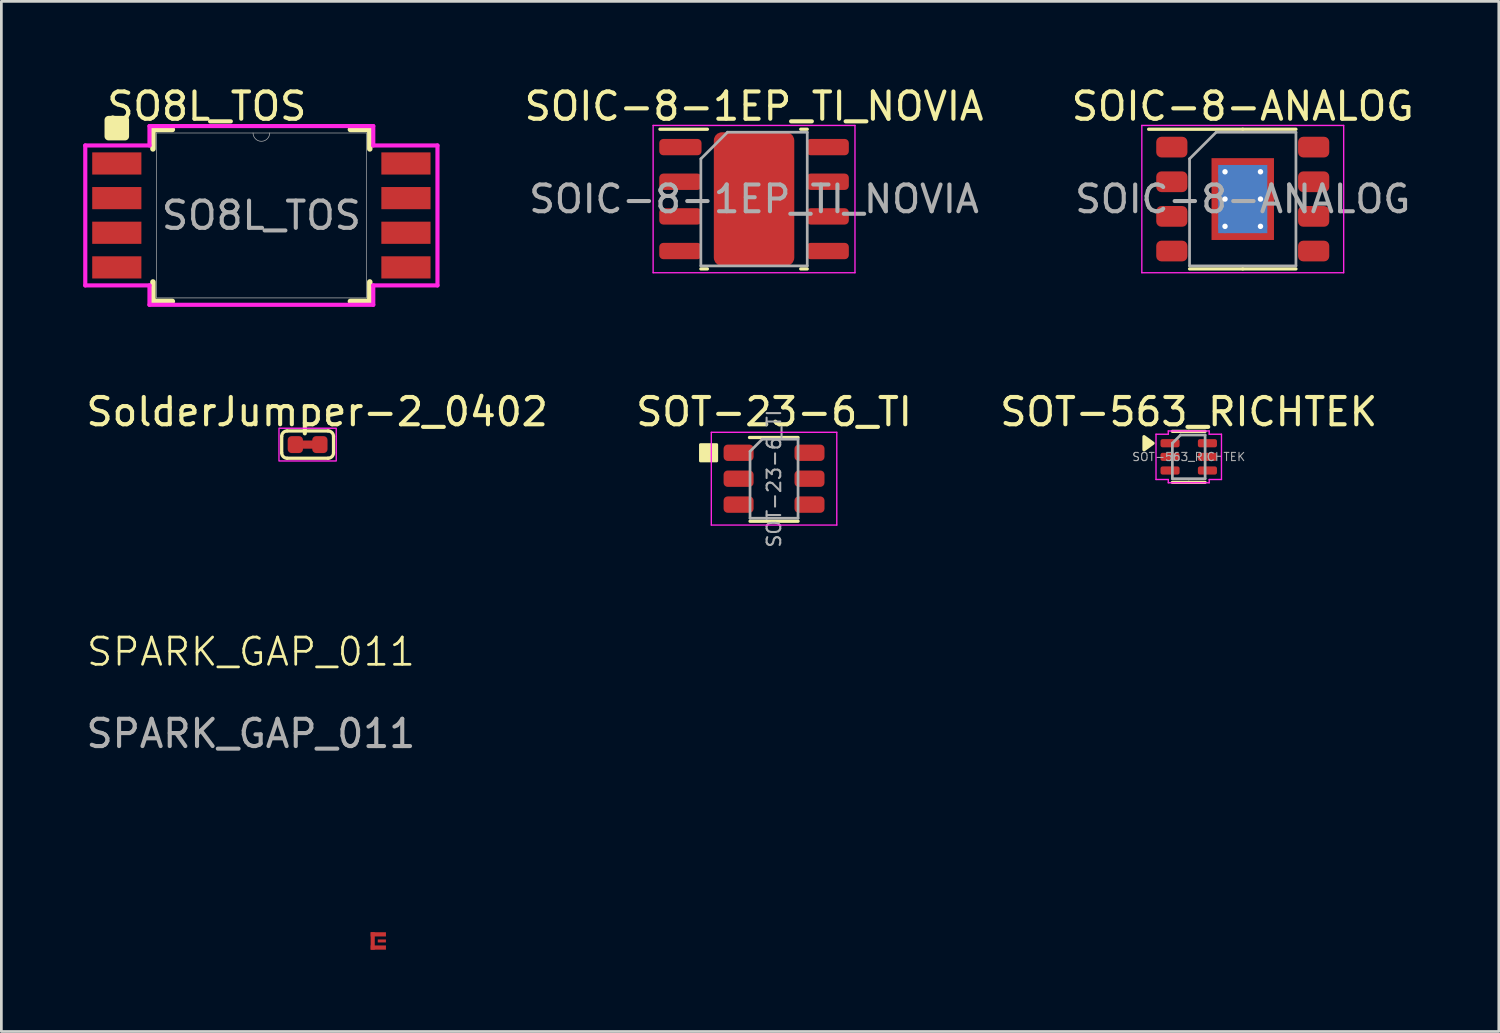
<source format=kicad_pcb>
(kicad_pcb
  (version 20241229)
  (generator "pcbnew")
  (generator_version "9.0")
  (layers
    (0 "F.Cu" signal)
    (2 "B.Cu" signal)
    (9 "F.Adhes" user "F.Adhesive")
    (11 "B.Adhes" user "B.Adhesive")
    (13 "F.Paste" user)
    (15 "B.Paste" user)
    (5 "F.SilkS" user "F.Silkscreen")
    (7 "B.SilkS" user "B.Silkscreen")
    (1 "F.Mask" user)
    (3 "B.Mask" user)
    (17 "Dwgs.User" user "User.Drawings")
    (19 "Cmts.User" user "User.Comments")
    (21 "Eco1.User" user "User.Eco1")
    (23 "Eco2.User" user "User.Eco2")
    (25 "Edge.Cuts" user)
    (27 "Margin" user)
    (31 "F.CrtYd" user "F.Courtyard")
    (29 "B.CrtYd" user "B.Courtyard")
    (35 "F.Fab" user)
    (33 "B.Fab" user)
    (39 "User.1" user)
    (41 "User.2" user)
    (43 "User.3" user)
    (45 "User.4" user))
  (footprint "SOT-23-6_TI"
    (layer "F.Cu")
    (at 25.327 14.499)
    (property "Reference" "SOT-23-6_TI" (at 0 -2.45 0) (layer "F.SilkS") (effects (font (size 1 1) (thickness 0.15))))
    (attr smd)
    (fp_line (start -0.88 1.56) (end 0.88 1.56) (stroke (width 0.12) (type solid)) (layer "F.SilkS"))
    (fp_line (start 0.88 -1.51) (end -0.9 -1.51) (stroke (width 0.12) (type solid)) (layer "F.SilkS"))
    (fp_rect (start -2.7 -1.25) (end -2.1 -0.65) (stroke (width 0.1) (type solid)) (fill yes) (layer "F.SilkS"))
    (fp_line (start -2.3 -1.7) (end -2.3 1.7) (stroke (width 0.05) (type solid)) (layer "F.CrtYd"))
    (fp_line (start -2.3 -1.7) (end 2.3 -1.7) (stroke (width 0.05) (type solid)) (layer "F.CrtYd"))
    (fp_line (start 2.3 1.7) (end -2.3 1.7) (stroke (width 0.05) (type solid)) (layer "F.CrtYd"))
    (fp_line (start 2.3 1.7) (end 2.3 -1.7) (stroke (width 0.05) (type solid)) (layer "F.CrtYd"))
    (fp_line (start -0.88 -1) (end -0.88 1.45) (stroke (width 0.1) (type solid)) (layer "F.Fab"))
    (fp_line (start -0.88 -1) (end -0.43 -1.45) (stroke (width 0.1) (type solid)) (layer "F.Fab"))
    (fp_line (start 0.88 -1.45) (end -0.43 -1.45) (stroke (width 0.1) (type solid)) (layer "F.Fab"))
    (fp_line (start 0.88 -1.45) (end 0.88 1.45) (stroke (width 0.1) (type solid)) (layer "F.Fab"))
    (fp_line (start 0.88 1.45) (end -0.88 1.45) (stroke (width 0.1) (type solid)) (layer "F.Fab"))
    (fp_text user "${REFERENCE}" (at 0 0 90) (layer "F.Fab") (effects (font (size 0.5 0.5) (thickness 0.075))))
    (pad "1" smd roundrect (at -1.3 -0.95) (size 1.1 0.6) (layers "F.Cu" "F.Mask" "F.Paste") (roundrect_rratio 0.25))
    (pad "2" smd roundrect (at -1.3 0) (size 1.1 0.6) (layers "F.Cu" "F.Mask" "F.Paste") (roundrect_rratio 0.25))
    (pad "3" smd roundrect (at -1.3 0.95) (size 1.1 0.6) (layers "F.Cu" "F.Mask" "F.Paste") (roundrect_rratio 0.25))
    (pad "4" smd roundrect (at 1.3 0.95) (size 1.1 0.6) (layers "F.Cu" "F.Mask" "F.Paste") (roundrect_rratio 0.25))
    (pad "5" smd roundrect (at 1.3 0) (size 1.1 0.6) (layers "F.Cu" "F.Mask" "F.Paste") (roundrect_rratio 0.25))
    (pad "6" smd roundrect (at 1.3 -0.95) (size 1.1 0.6) (layers "F.Cu" "F.Mask" "F.Paste") (roundrect_rratio 0.25)))
  (footprint "SOIC-8-ANALOG"
    (layer "F.Cu")
    (at 42.51 4.248)
    (property "Reference" "SOIC-8-ANALOG" (at 0 -3.4 0) (layer "F.SilkS") (effects (font (size 1 1) (thickness 0.15))))
    (attr smd)
    (fp_line (start 0 -2.56) (end -3.45 -2.56) (stroke (width 0.12) (type solid)) (layer "F.SilkS"))
    (fp_line (start 0 -2.56) (end 1.95 -2.56) (stroke (width 0.12) (type solid)) (layer "F.SilkS"))
    (fp_line (start 0 2.56) (end -1.95 2.56) (stroke (width 0.12) (type solid)) (layer "F.SilkS"))
    (fp_line (start 0 2.56) (end 1.95 2.56) (stroke (width 0.12) (type solid)) (layer "F.SilkS"))
    (fp_line (start -3.7 -2.7) (end -3.7 2.7) (stroke (width 0.05) (type solid)) (layer "F.CrtYd"))
    (fp_line (start -3.7 2.7) (end 3.7 2.7) (stroke (width 0.05) (type solid)) (layer "F.CrtYd"))
    (fp_line (start 3.7 -2.7) (end -3.7 -2.7) (stroke (width 0.05) (type solid)) (layer "F.CrtYd"))
    (fp_line (start 3.7 2.7) (end 3.7 -2.7) (stroke (width 0.05) (type solid)) (layer "F.CrtYd"))
    (fp_line (start -1.95 -1.475) (end -0.975 -2.45) (stroke (width 0.1) (type solid)) (layer "F.Fab"))
    (fp_line (start -1.95 2.45) (end -1.95 -1.475) (stroke (width 0.1) (type solid)) (layer "F.Fab"))
    (fp_line (start -0.975 -2.45) (end 1.95 -2.45) (stroke (width 0.1) (type solid)) (layer "F.Fab"))
    (fp_line (start 1.95 -2.45) (end 1.95 2.45) (stroke (width 0.1) (type solid)) (layer "F.Fab"))
    (fp_line (start 1.95 2.45) (end -1.95 2.45) (stroke (width 0.1) (type solid)) (layer "F.Fab"))
    (fp_text user "${REFERENCE}" (at 0 0 0) (layer "F.Fab") (effects (font (size 0.98 0.98) (thickness 0.15))))
    (pad "" smd roundrect (at -0.57 -0.75) (size 0.96 1.25) (layers "F.Paste") (roundrect_rratio 0.25))
    (pad "" smd roundrect (at -0.57 0.75) (size 0.96 1.25) (layers "F.Paste") (roundrect_rratio 0.25))
    (pad "" smd roundrect (at 0.57 -0.75) (size 0.96 1.25) (layers "F.Paste") (roundrect_rratio 0.25))
    (pad "" smd roundrect (at 0.57 0.75) (size 0.96 1.25) (layers "F.Paste") (roundrect_rratio 0.25))
    (pad "1" smd roundrect (at -2.6 -1.905) (size 1.143 0.76) (layers "F.Cu" "F.Mask" "F.Paste") (roundrect_rratio 0.25))
    (pad "2" smd roundrect (at -2.6 -0.635) (size 1.143 0.76) (layers "F.Cu" "F.Mask" "F.Paste") (roundrect_rratio 0.25))
    (pad "3" smd roundrect (at -2.6 0.635) (size 1.143 0.76) (layers "F.Cu" "F.Mask" "F.Paste") (roundrect_rratio 0.25))
    (pad "4" smd roundrect (at -2.6 1.905) (size 1.143 0.76) (layers "F.Cu" "F.Mask" "F.Paste") (roundrect_rratio 0.25))
    (pad "5" smd roundrect (at 2.6 1.905) (size 1.143 0.76) (layers "F.Cu" "F.Mask" "F.Paste") (roundrect_rratio 0.25))
    (pad "6" smd roundrect (at 2.6 0.635) (size 1.143 0.76) (layers "F.Cu" "F.Mask" "F.Paste") (roundrect_rratio 0.25))
    (pad "7" smd roundrect (at 2.6 -0.635) (size 1.143 0.76) (layers "F.Cu" "F.Mask" "F.Paste") (roundrect_rratio 0.25))
    (pad "8" smd roundrect (at 2.6 -1.905) (size 1.143 0.76) (layers "F.Cu" "F.Mask" "F.Paste") (roundrect_rratio 0.25))
    (pad "9" thru_hole circle (at -0.65 -1) (size 0.5 0.5) (drill 0.2) (layers "*.Cu"))
    (pad "9" thru_hole circle (at -0.65 0) (size 0.5 0.5) (drill 0.2) (layers "*.Cu"))
    (pad "9" thru_hole circle (at -0.65 1) (size 0.5 0.5) (drill 0.2) (layers "*.Cu"))
    (pad "9" smd rect (at 0 0) (size 1.8 2.5) (layers "B.Cu"))
    (pad "9" smd rect (at 0 0) (size 2.29 3) (layers "F.Cu" "F.Mask"))
    (pad "9" thru_hole circle (at 0.65 -1) (size 0.5 0.5) (drill 0.2) (layers "*.Cu"))
    (pad "9" thru_hole circle (at 0.65 0) (size 0.5 0.5) (drill 0.2) (layers "*.Cu"))
    (pad "9" thru_hole circle (at 0.65 1) (size 0.5 0.5) (drill 0.2) (layers "*.Cu")))
  (footprint "SPARK_GAP_011"
    (layer "F.Cu")
    (at 10.949 31.446)
    (property "Reference" "SPARK_GAP_011" (at -4.8 -10.6 0) (unlocked yes) (layer "F.SilkS") (effects (font (size 1 1) (thickness 0.1))))
    (attr smd)
    (fp_rect (start -0.41 -0.32) (end 0.15 0.32) (stroke (width 0) (type solid)) (fill yes) (layer "F.Mask"))
    (fp_text user "${REFERENCE}" (at -4.8 -7.6 0) (unlocked yes) (layer "F.Fab") (effects (font (size 1 1) (thickness 0.15))))
    (pad "1" smd rect (at 0 0) (size 0.3 0.11) (layers "F.Cu"))
    (pad "2" smd rect (at -0.335 0 90) (size 0.64 0.15) (layers "F.Cu"))
    (pad "2" smd rect (at -0.13 -0.242 180) (size 0.56 0.155) (layers "F.Cu"))
    (pad "2" smd rect (at -0.13 0.242) (size 0.56 0.155) (layers "F.Cu")))
  (footprint "SOIC-8-1EP_TI_NOVIA"
    (layer "F.Cu")
    (at 24.594 4.248)
    (property "Reference" "SOIC-8-1EP_TI_NOVIA" (at 0 -3.4 0) (layer "F.SilkS") (effects (font (size 1 1) (thickness 0.15))))
    (attr smd)
    (fp_line (start -1.711 -2.56) (end -3.45 -2.56) (stroke (width 0.12) (type solid)) (layer "F.SilkS"))
    (fp_line (start -1.711 2.56) (end -1.95 2.56) (stroke (width 0.12) (type solid)) (layer "F.SilkS"))
    (fp_line (start 1.711 -2.56) (end 1.95 -2.56) (stroke (width 0.12) (type solid)) (layer "F.SilkS"))
    (fp_line (start 1.711 2.56) (end 1.95 2.56) (stroke (width 0.12) (type solid)) (layer "F.SilkS"))
    (fp_line (start -3.7 -2.7) (end -3.7 2.7) (stroke (width 0.05) (type solid)) (layer "F.CrtYd"))
    (fp_line (start -3.7 2.7) (end 3.7 2.7) (stroke (width 0.05) (type solid)) (layer "F.CrtYd"))
    (fp_line (start 3.7 -2.7) (end -3.7 -2.7) (stroke (width 0.05) (type solid)) (layer "F.CrtYd"))
    (fp_line (start 3.7 2.7) (end 3.7 -2.7) (stroke (width 0.05) (type solid)) (layer "F.CrtYd"))
    (fp_line (start -1.95 -1.475) (end -0.975 -2.45) (stroke (width 0.1) (type solid)) (layer "F.Fab"))
    (fp_line (start -1.95 2.45) (end -1.95 -1.475) (stroke (width 0.1) (type solid)) (layer "F.Fab"))
    (fp_line (start -0.975 -2.45) (end 1.95 -2.45) (stroke (width 0.1) (type solid)) (layer "F.Fab"))
    (fp_line (start 1.95 -2.45) (end 1.95 2.45) (stroke (width 0.1) (type solid)) (layer "F.Fab"))
    (fp_line (start 1.95 2.45) (end -1.95 2.45) (stroke (width 0.1) (type solid)) (layer "F.Fab"))
    (fp_text user "${REFERENCE}" (at 0 0 0) (layer "F.Fab") (effects (font (size 0.98 0.98) (thickness 0.15))))
    (pad "" smd roundrect (at -0.68 -0.85) (size 1.13 1.42) (layers "F.Paste") (roundrect_rratio 0.221))
    (pad "" smd roundrect (at -0.68 0.85) (size 1.13 1.42) (layers "F.Paste") (roundrect_rratio 0.221))
    (pad "" smd rect (at 0 0) (size 2.71 3.4) (layers "F.Mask"))
    (pad "" smd roundrect (at 0.68 -0.85) (size 1.13 1.42) (layers "F.Paste") (roundrect_rratio 0.221))
    (pad "" smd roundrect (at 0.68 0.85) (size 1.13 1.42) (layers "F.Paste") (roundrect_rratio 0.221))
    (pad "1" smd roundrect (at -2.7 -1.905) (size 1.55 0.6) (layers "F.Cu" "F.Mask" "F.Paste") (roundrect_rratio 0.25))
    (pad "2" smd roundrect (at -2.7 -0.635) (size 1.55 0.6) (layers "F.Cu" "F.Mask" "F.Paste") (roundrect_rratio 0.25))
    (pad "3" smd roundrect (at -2.7 0.635) (size 1.55 0.6) (layers "F.Cu" "F.Mask" "F.Paste") (roundrect_rratio 0.25))
    (pad "4" smd roundrect (at -2.7 1.905) (size 1.55 0.6) (layers "F.Cu" "F.Mask" "F.Paste") (roundrect_rratio 0.25))
    (pad "5" smd roundrect (at 2.7 1.905) (size 1.55 0.6) (layers "F.Cu" "F.Mask" "F.Paste") (roundrect_rratio 0.25))
    (pad "6" smd roundrect (at 2.7 0.635) (size 1.55 0.6) (layers "F.Cu" "F.Mask" "F.Paste") (roundrect_rratio 0.25))
    (pad "7" smd roundrect (at 2.7 -0.635) (size 1.55 0.6) (layers "F.Cu" "F.Mask" "F.Paste") (roundrect_rratio 0.25))
    (pad "8" smd roundrect (at 2.7 -1.905) (size 1.55 0.6) (layers "F.Cu" "F.Mask" "F.Paste") (roundrect_rratio 0.25))
    (pad "9" smd roundrect (at 0 0) (size 2.95 4.9) (layers "F.Cu") (roundrect_rratio 0.102)))
  (footprint "SolderJumper-2_0402"
    (layer "F.Cu")
    (at 8.227 13.249)
    (property "Reference" "SolderJumper-2_0402" (at 0.35 -1.2 0) (layer "F.SilkS") (effects (font (size 1 1) (thickness 0.15))))
    (attr exclude_from_pos_files exclude_from_bom)
    (fp_poly (pts (xy 0.2 -0.15) (xy -0.2 -0.15) (xy -0.2 0.15) (xy 0.2 0.15)) (stroke (width 0) (type solid)) (fill yes) (layer "F.Cu"))
    (fp_poly (pts (xy 0.2 -0.15) (xy -0.2 -0.15) (xy -0.2 0.15) (xy 0.2 0.15)) (stroke (width 0) (type solid)) (fill yes) (layer "F.Mask"))
    (fp_line (start -0.95 0.3) (end -0.95 -0.3) (stroke (width 0.12) (type solid)) (layer "F.SilkS"))
    (fp_line (start -0.75 -0.5) (end 0.75 -0.5) (stroke (width 0.12) (type solid)) (layer "F.SilkS"))
    (fp_line (start 0.75 0.5) (end -0.75 0.5) (stroke (width 0.12) (type solid)) (layer "F.SilkS"))
    (fp_line (start 0.95 -0.3) (end 0.95 0.3) (stroke (width 0.12) (type solid)) (layer "F.SilkS"))
    (fp_arc (start -0.95 -0.3) (mid -0.891421 -0.441421) (end -0.75 -0.5) (stroke (width 0.12) (type default)) (layer "F.SilkS"))
    (fp_arc (start -0.75 0.5) (mid -0.891421 0.441421) (end -0.95 0.3) (stroke (width 0.12) (type default)) (layer "F.SilkS"))
    (fp_arc (start 0.75 -0.5) (mid 0.891421 -0.441421) (end 0.95 -0.3) (stroke (width 0.12) (type default)) (layer "F.SilkS"))
    (fp_arc (start 0.95 0.3) (mid 0.891421 0.441421) (end 0.75 0.5) (stroke (width 0.12) (type default)) (layer "F.SilkS"))
    (fp_rect (start -1.05 -0.6) (end 1.05 0.6) (stroke (width 0.05) (type default)) (fill no) (layer "F.CrtYd"))
    (pad "1" smd roundrect (at -0.45 0) (size 0.56 0.62) (layers "F.Cu" "F.Mask") (roundrect_rratio 0.25))
    (pad "2" smd roundrect (at 0.45 0) (size 0.56 0.62) (layers "F.Cu" "F.Mask") (roundrect_rratio 0.25)))
  (footprint "SOT-563_RICHTEK"
    (layer "F.Cu")
    (at 40.53 13.699)
    (property "Reference" "SOT-563_RICHTEK" (at 0 -1.65 0) (layer "F.SilkS") (effects (font (size 1 1) (thickness 0.15))))
    (attr smd)
    (fp_line (start 0 -0.935) (end -0.6 -0.935) (stroke (width 0.12) (type solid)) (layer "F.SilkS"))
    (fp_line (start 0 -0.935) (end 0.6 -0.935) (stroke (width 0.12) (type solid)) (layer "F.SilkS"))
    (fp_line (start 0 0.935) (end -0.6 0.935) (stroke (width 0.12) (type solid)) (layer "F.SilkS"))
    (fp_line (start 0 0.935) (end 0.6 0.935) (stroke (width 0.12) (type solid)) (layer "F.SilkS"))
    (fp_poly (pts (xy -1.31 -0.5) (xy -1.64 -0.26) (xy -1.64 -0.74)) (stroke (width 0.12) (type solid)) (fill yes) (layer "F.SilkS"))
    (fp_line (start -1.2 -0.83) (end -0.75 -0.83) (stroke (width 0.05) (type solid)) (layer "F.CrtYd"))
    (fp_line (start -1.2 0.83) (end -1.2 -0.83) (stroke (width 0.05) (type solid)) (layer "F.CrtYd"))
    (fp_line (start -0.75 -0.95) (end 0.75 -0.95) (stroke (width 0.05) (type solid)) (layer "F.CrtYd"))
    (fp_line (start -0.75 -0.83) (end -0.75 -0.95) (stroke (width 0.05) (type solid)) (layer "F.CrtYd"))
    (fp_line (start -0.75 0.83) (end -1.2 0.83) (stroke (width 0.05) (type solid)) (layer "F.CrtYd"))
    (fp_line (start -0.75 0.95) (end -0.75 0.83) (stroke (width 0.05) (type solid)) (layer "F.CrtYd"))
    (fp_line (start 0.75 -0.95) (end 0.75 -0.83) (stroke (width 0.05) (type solid)) (layer "F.CrtYd"))
    (fp_line (start 0.75 -0.83) (end 1.2 -0.83) (stroke (width 0.05) (type solid)) (layer "F.CrtYd"))
    (fp_line (start 0.75 0.83) (end 0.75 0.95) (stroke (width 0.05) (type solid)) (layer "F.CrtYd"))
    (fp_line (start 0.75 0.95) (end -0.75 0.95) (stroke (width 0.05) (type solid)) (layer "F.CrtYd"))
    (fp_line (start 1.2 -0.83) (end 1.2 0.83) (stroke (width 0.05) (type solid)) (layer "F.CrtYd"))
    (fp_line (start 1.2 0.83) (end 0.75 0.83) (stroke (width 0.05) (type solid)) (layer "F.CrtYd"))
    (fp_line (start -0.6 -0.5) (end -0.3 -0.8) (stroke (width 0.1) (type solid)) (layer "F.Fab"))
    (fp_line (start -0.6 0.8) (end -0.6 -0.5) (stroke (width 0.1) (type solid)) (layer "F.Fab"))
    (fp_line (start -0.3 -0.8) (end 0.6 -0.8) (stroke (width 0.1) (type solid)) (layer "F.Fab"))
    (fp_line (start 0.6 -0.8) (end 0.6 0.8) (stroke (width 0.1) (type solid)) (layer "F.Fab"))
    (fp_line (start 0.6 0.8) (end -0.6 0.8) (stroke (width 0.1) (type solid)) (layer "F.Fab"))
    (fp_text user "${REFERENCE}" (at 0 0 0) (layer "F.Fab") (effects (font (size 0.3 0.3) (thickness 0.04))))
    (pad "1" smd roundrect (at -0.685 -0.5) (size 0.7 0.3) (layers "F.Cu" "F.Mask" "F.Paste") (roundrect_rratio 0.25))
    (pad "2" smd roundrect (at -0.685 0) (size 0.7 0.3) (layers "F.Cu" "F.Mask" "F.Paste") (roundrect_rratio 0.25))
    (pad "3" smd roundrect (at -0.685 0.5) (size 0.7 0.3) (layers "F.Cu" "F.Mask" "F.Paste") (roundrect_rratio 0.25))
    (pad "4" smd roundrect (at 0.685 0.5) (size 0.7 0.3) (layers "F.Cu" "F.Mask" "F.Paste") (roundrect_rratio 0.25))
    (pad "5" smd roundrect (at 0.685 0) (size 0.7 0.3) (layers "F.Cu" "F.Mask" "F.Paste") (roundrect_rratio 0.25))
    (pad "6" smd roundrect (at 0.685 -0.5) (size 0.7 0.3) (layers "F.Cu" "F.Mask" "F.Paste") (roundrect_rratio 0.25)))
  (footprint "SO8L_TOS"
    (layer "F.Cu")
    (at 6.532 4.848)
    (property "Reference" "SO8L_TOS" (at -2 -4 0) (unlocked yes) (layer "F.SilkS") (effects (font (size 1 1) (thickness 0.15))))
    (attr smd)
    (fp_line (start -3.975 -3.15) (end -3.975 -2.438) (stroke (width 0.2) (type solid)) (layer "F.SilkS"))
    (fp_line (start -3.975 -3.15) (end -3.263 -3.15) (stroke (width 0.2) (type solid)) (layer "F.SilkS"))
    (fp_line (start -3.975 3.15) (end -3.975 2.438) (stroke (width 0.2) (type solid)) (layer "F.SilkS"))
    (fp_line (start -3.975 3.15) (end -3.263 3.15) (stroke (width 0.2) (type solid)) (layer "F.SilkS"))
    (fp_line (start 3.975 -3.15) (end 3.263 -3.15) (stroke (width 0.2) (type solid)) (layer "F.SilkS"))
    (fp_line (start 3.975 -3.15) (end 3.975 -2.438) (stroke (width 0.2) (type solid)) (layer "F.SilkS"))
    (fp_line (start 3.975 3.15) (end 3.263 3.15) (stroke (width 0.2) (type solid)) (layer "F.SilkS"))
    (fp_line (start 3.975 3.15) (end 3.975 2.438) (stroke (width 0.2) (type solid)) (layer "F.SilkS"))
    (fp_rect (start -5.6 -3.5) (end -5 -2.9) (stroke (width 0.3) (type solid)) (fill yes) (layer "F.SilkS"))
    (fp_line (start -6.456 -2.565) (end -4.102 -2.565) (stroke (width 0.152) (type solid)) (layer "F.CrtYd"))
    (fp_line (start -6.456 2.565) (end -6.456 -2.565) (stroke (width 0.152) (type solid)) (layer "F.CrtYd"))
    (fp_line (start -6.456 2.565) (end -4.102 2.565) (stroke (width 0.152) (type solid)) (layer "F.CrtYd"))
    (fp_line (start -4.102 -3.277) (end 4.102 -3.277) (stroke (width 0.152) (type solid)) (layer "F.CrtYd"))
    (fp_line (start -4.102 -2.565) (end -4.102 -3.277) (stroke (width 0.152) (type solid)) (layer "F.CrtYd"))
    (fp_line (start -4.102 3.277) (end -4.102 2.565) (stroke (width 0.152) (type solid)) (layer "F.CrtYd"))
    (fp_line (start 4.102 -3.277) (end 4.102 -2.565) (stroke (width 0.152) (type solid)) (layer "F.CrtYd"))
    (fp_line (start 4.102 2.565) (end 4.102 3.277) (stroke (width 0.152) (type solid)) (layer "F.CrtYd"))
    (fp_line (start 4.102 3.277) (end -4.102 3.277) (stroke (width 0.152) (type solid)) (layer "F.CrtYd"))
    (fp_line (start 6.456 -2.565) (end 4.102 -2.565) (stroke (width 0.152) (type solid)) (layer "F.CrtYd"))
    (fp_line (start 6.456 -2.565) (end 6.456 2.565) (stroke (width 0.152) (type solid)) (layer "F.CrtYd"))
    (fp_line (start 6.456 2.565) (end 4.102 2.565) (stroke (width 0.152) (type solid)) (layer "F.CrtYd"))
    (fp_line (start -3.848 -3.023) (end -3.848 3.023) (stroke (width 0.025) (type solid)) (layer "F.Fab"))
    (fp_line (start -3.848 3.023) (end 3.848 3.023) (stroke (width 0.025) (type solid)) (layer "F.Fab"))
    (fp_line (start 3.848 -3.023) (end -3.848 -3.023) (stroke (width 0.025) (type solid)) (layer "F.Fab"))
    (fp_line (start 3.848 3.023) (end 3.848 -3.023) (stroke (width 0.025) (type solid)) (layer "F.Fab"))
    (fp_arc (start 0.3048 -3.0226) (mid 0 -2.7178) (end -0.3048 -3.0226) (stroke (width 0.0254) (type solid)) (layer "F.Fab"))
    (fp_text user "${REFERENCE}" (at 0 0 0) (unlocked yes) (layer "F.Fab") (effects (font (size 1 1) (thickness 0.15))))
    (pad "1" smd rect (at -5.3 -1.905) (size 1.803 0.813) (layers "F.Cu" "F.Mask" "F.Paste"))
    (pad "2" smd rect (at -5.3 -0.635) (size 1.803 0.813) (layers "F.Cu" "F.Mask" "F.Paste"))
    (pad "3" smd rect (at -5.3 0.635) (size 1.803 0.813) (layers "F.Cu" "F.Mask" "F.Paste"))
    (pad "4" smd rect (at -5.3 1.905) (size 1.803 0.813) (layers "F.Cu" "F.Mask" "F.Paste"))
    (pad "5" smd rect (at 5.3 1.905) (size 1.803 0.813) (layers "F.Cu" "F.Mask" "F.Paste"))
    (pad "6" smd rect (at 5.3 0.635) (size 1.803 0.813) (layers "F.Cu" "F.Mask" "F.Paste"))
    (pad "7" smd rect (at 5.3 -0.635) (size 1.803 0.813) (layers "F.Cu" "F.Mask" "F.Paste"))
    (pad "8" smd rect (at 5.3 -1.905) (size 1.803 0.813) (layers "F.Cu" "F.Mask" "F.Paste")))
  (gr_rect
    (start -3 -3)
    (end 51.897 34.766)
    (stroke (width 0.1) (type default))
    (fill no)
    (layer "Edge.Cuts")))
</source>
